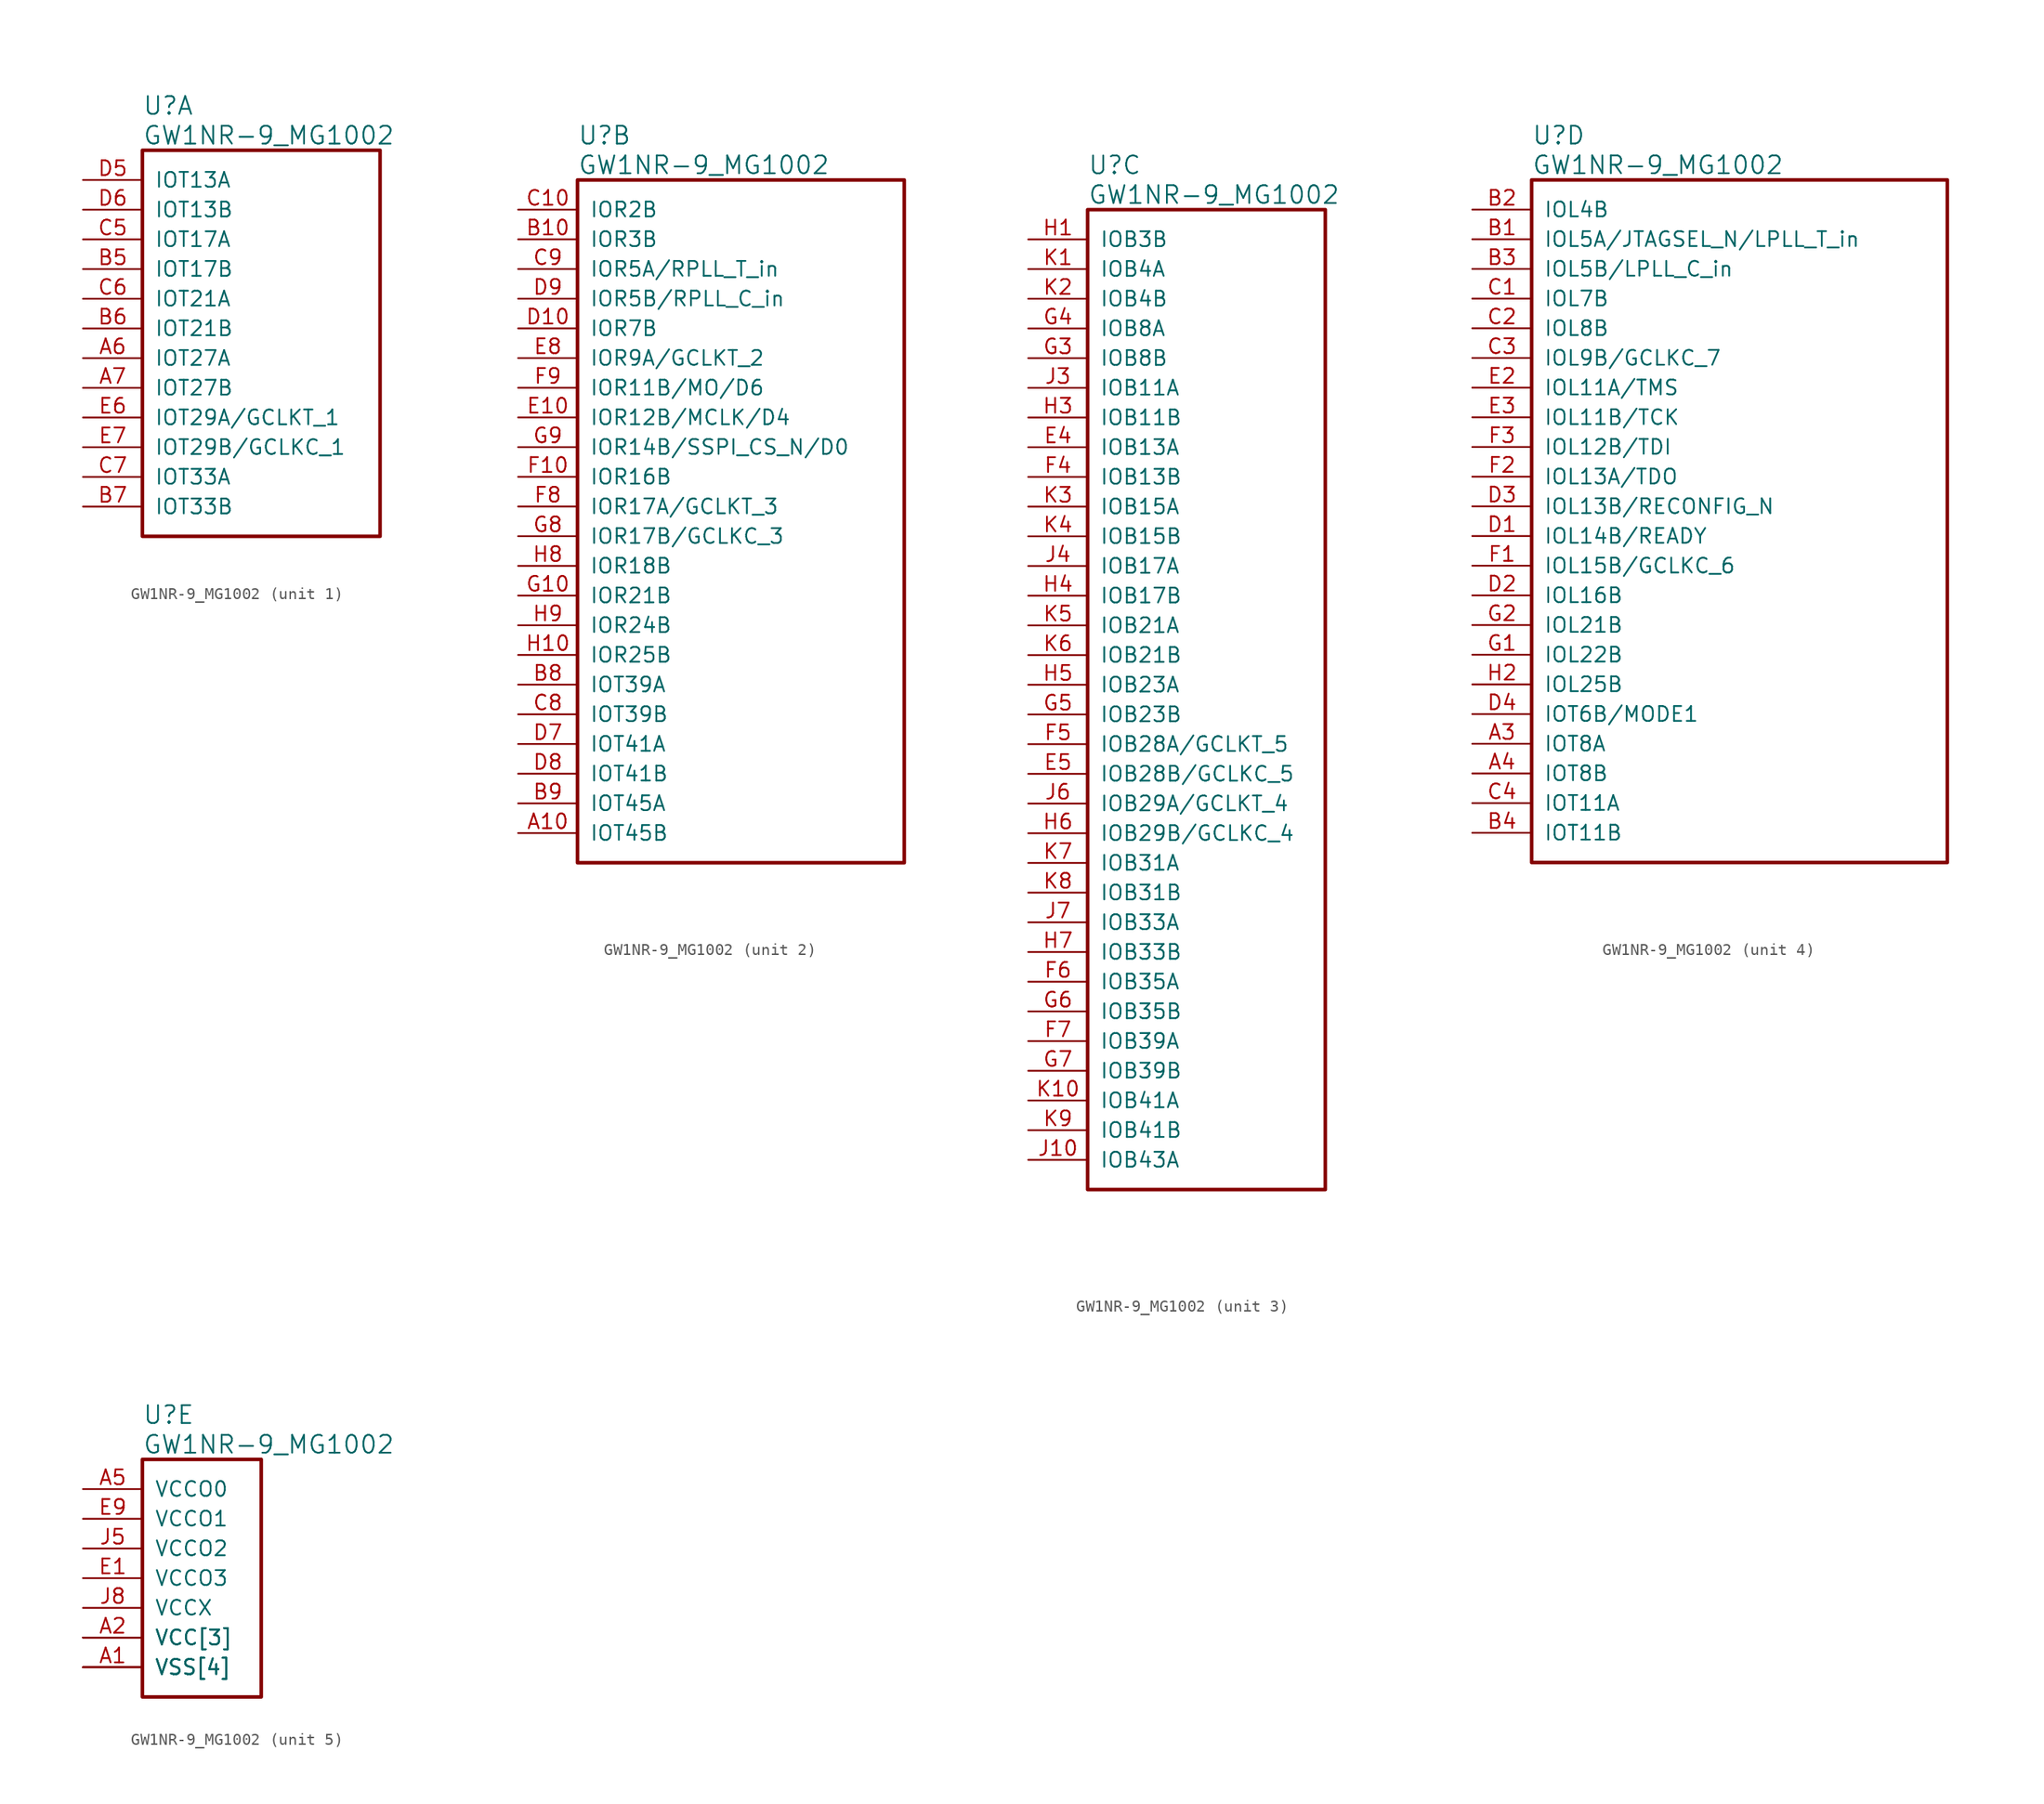
<source format=kicad_sym>
(kicad_symbol_lib
  (version 20220914)
  (generator kicad_symbol_editor)
  (symbol "GW1NR-9_MG1002"
    (pin_names
      (offset 1.016))
    (property "Reference" "U"
      (at 5.08 6.35 0)
      (effects (font (size 1.524 1.524)) (justify left)))
    (property "Value" "GW1NR-9_MG1002"
      (at 5.08 3.81 0)
      (effects (font (size 1.524 1.524)) (justify left)))
    (property "ki_locked" ""
      (at 0 0 0)
      (effects (font (size 1.27 1.27))))
    (symbol "GW1NR-9_MG1002_1_1"
      (rectangle (start 5.08 2.54) (end 25.4 -30.48) (stroke (width 0.305) (type solid)) (fill (type none)))
      (pin bidirectional line (at 0 -15.24 0) (length 5.08) (name "IOT27A" (effects (font (size 1.27 1.27)))) (number "A6" (effects (font (size 1.27 1.27)))))
      (pin bidirectional line (at 0 -17.78 0) (length 5.08) (name "IOT27B" (effects (font (size 1.27 1.27)))) (number "A7" (effects (font (size 1.27 1.27)))))
      (pin bidirectional line (at 0 -7.62 0) (length 5.08) (name "IOT17B" (effects (font (size 1.27 1.27)))) (number "B5" (effects (font (size 1.27 1.27)))))
      (pin bidirectional line (at 0 -12.7 0) (length 5.08) (name "IOT21B" (effects (font (size 1.27 1.27)))) (number "B6" (effects (font (size 1.27 1.27)))))
      (pin bidirectional line (at 0 -27.94 0) (length 5.08) (name "IOT33B" (effects (font (size 1.27 1.27)))) (number "B7" (effects (font (size 1.27 1.27)))))
      (pin bidirectional line (at 0 -5.08 0) (length 5.08) (name "IOT17A" (effects (font (size 1.27 1.27)))) (number "C5" (effects (font (size 1.27 1.27)))))
      (pin bidirectional line (at 0 -10.16 0) (length 5.08) (name "IOT21A" (effects (font (size 1.27 1.27)))) (number "C6" (effects (font (size 1.27 1.27)))))
      (pin bidirectional line (at 0 -25.4 0) (length 5.08) (name "IOT33A" (effects (font (size 1.27 1.27)))) (number "C7" (effects (font (size 1.27 1.27)))))
      (pin bidirectional line (at 0 0 0) (length 5.08) (name "IOT13A" (effects (font (size 1.27 1.27)))) (number "D5" (effects (font (size 1.27 1.27)))))
      (pin bidirectional line (at 0 -2.54 0) (length 5.08) (name "IOT13B" (effects (font (size 1.27 1.27)))) (number "D6" (effects (font (size 1.27 1.27)))))
      (pin bidirectional line (at 0 -20.32 0) (length 5.08) (name "IOT29A/GCLKT_1" (effects (font (size 1.27 1.27)))) (number "E6" (effects (font (size 1.27 1.27)))))
      (pin bidirectional line (at 0 -22.86 0) (length 5.08) (name "IOT29B/GCLKC_1" (effects (font (size 1.27 1.27)))) (number "E7" (effects (font (size 1.27 1.27))))))
    (symbol "GW1NR-9_MG1002_2_1"
      (rectangle (start 5.08 2.54) (end 33.02 -55.88) (stroke (width 0.305) (type solid)) (fill (type none)))
      (pin bidirectional line (at 0 -53.34 0) (length 5.08) (name "IOT45B" (effects (font (size 1.27 1.27)))) (number "A10" (effects (font (size 1.27 1.27)))))
      (pin bidirectional line (at 0 -2.54 0) (length 5.08) (name "IOR3B" (effects (font (size 1.27 1.27)))) (number "B10" (effects (font (size 1.27 1.27)))))
      (pin bidirectional line (at 0 -40.64 0) (length 5.08) (name "IOT39A" (effects (font (size 1.27 1.27)))) (number "B8" (effects (font (size 1.27 1.27)))))
      (pin bidirectional line (at 0 -50.8 0) (length 5.08) (name "IOT45A" (effects (font (size 1.27 1.27)))) (number "B9" (effects (font (size 1.27 1.27)))))
      (pin bidirectional line (at 0 0 0) (length 5.08) (name "IOR2B" (effects (font (size 1.27 1.27)))) (number "C10" (effects (font (size 1.27 1.27)))))
      (pin bidirectional line (at 0 -43.18 0) (length 5.08) (name "IOT39B" (effects (font (size 1.27 1.27)))) (number "C8" (effects (font (size 1.27 1.27)))))
      (pin bidirectional line (at 0 -5.08 0) (length 5.08) (name "IOR5A/RPLL_T_in" (effects (font (size 1.27 1.27)))) (number "C9" (effects (font (size 1.27 1.27)))))
      (pin bidirectional line (at 0 -10.16 0) (length 5.08) (name "IOR7B" (effects (font (size 1.27 1.27)))) (number "D10" (effects (font (size 1.27 1.27)))))
      (pin bidirectional line (at 0 -45.72 0) (length 5.08) (name "IOT41A" (effects (font (size 1.27 1.27)))) (number "D7" (effects (font (size 1.27 1.27)))))
      (pin bidirectional line (at 0 -48.26 0) (length 5.08) (name "IOT41B" (effects (font (size 1.27 1.27)))) (number "D8" (effects (font (size 1.27 1.27)))))
      (pin bidirectional line (at 0 -7.62 0) (length 5.08) (name "IOR5B/RPLL_C_in" (effects (font (size 1.27 1.27)))) (number "D9" (effects (font (size 1.27 1.27)))))
      (pin bidirectional line (at 0 -17.78 0) (length 5.08) (name "IOR12B/MCLK/D4" (effects (font (size 1.27 1.27)))) (number "E10" (effects (font (size 1.27 1.27)))))
      (pin bidirectional line (at 0 -12.7 0) (length 5.08) (name "IOR9A/GCLKT_2" (effects (font (size 1.27 1.27)))) (number "E8" (effects (font (size 1.27 1.27)))))
      (pin bidirectional line (at 0 -22.86 0) (length 5.08) (name "IOR16B" (effects (font (size 1.27 1.27)))) (number "F10" (effects (font (size 1.27 1.27)))))
      (pin bidirectional line (at 0 -25.4 0) (length 5.08) (name "IOR17A/GCLKT_3" (effects (font (size 1.27 1.27)))) (number "F8" (effects (font (size 1.27 1.27)))))
      (pin bidirectional line (at 0 -15.24 0) (length 5.08) (name "IOR11B/MO/D6" (effects (font (size 1.27 1.27)))) (number "F9" (effects (font (size 1.27 1.27)))))
      (pin bidirectional line (at 0 -33.02 0) (length 5.08) (name "IOR21B" (effects (font (size 1.27 1.27)))) (number "G10" (effects (font (size 1.27 1.27)))))
      (pin bidirectional line (at 0 -27.94 0) (length 5.08) (name "IOR17B/GCLKC_3" (effects (font (size 1.27 1.27)))) (number "G8" (effects (font (size 1.27 1.27)))))
      (pin bidirectional line (at 0 -20.32 0) (length 5.08) (name "IOR14B/SSPI_CS_N/D0" (effects (font (size 1.27 1.27)))) (number "G9" (effects (font (size 1.27 1.27)))))
      (pin bidirectional line (at 0 -38.1 0) (length 5.08) (name "IOR25B" (effects (font (size 1.27 1.27)))) (number "H10" (effects (font (size 1.27 1.27)))))
      (pin bidirectional line (at 0 -30.48 0) (length 5.08) (name "IOR18B" (effects (font (size 1.27 1.27)))) (number "H8" (effects (font (size 1.27 1.27)))))
      (pin bidirectional line (at 0 -35.56 0) (length 5.08) (name "IOR24B" (effects (font (size 1.27 1.27)))) (number "H9" (effects (font (size 1.27 1.27))))))
    (symbol "GW1NR-9_MG1002_3_1"
      (rectangle (start 5.08 2.54) (end 25.4 -81.28) (stroke (width 0.305) (type solid)) (fill (type none)))
      (pin bidirectional line (at 0 -17.78 0) (length 5.08) (name "IOB13A" (effects (font (size 1.27 1.27)))) (number "E4" (effects (font (size 1.27 1.27)))))
      (pin bidirectional line (at 0 -45.72 0) (length 5.08) (name "IOB28B/GCLKC_5" (effects (font (size 1.27 1.27)))) (number "E5" (effects (font (size 1.27 1.27)))))
      (pin bidirectional line (at 0 -20.32 0) (length 5.08) (name "IOB13B" (effects (font (size 1.27 1.27)))) (number "F4" (effects (font (size 1.27 1.27)))))
      (pin bidirectional line (at 0 -43.18 0) (length 5.08) (name "IOB28A/GCLKT_5" (effects (font (size 1.27 1.27)))) (number "F5" (effects (font (size 1.27 1.27)))))
      (pin bidirectional line (at 0 -63.5 0) (length 5.08) (name "IOB35A" (effects (font (size 1.27 1.27)))) (number "F6" (effects (font (size 1.27 1.27)))))
      (pin bidirectional line (at 0 -68.58 0) (length 5.08) (name "IOB39A" (effects (font (size 1.27 1.27)))) (number "F7" (effects (font (size 1.27 1.27)))))
      (pin bidirectional line (at 0 -10.16 0) (length 5.08) (name "IOB8B" (effects (font (size 1.27 1.27)))) (number "G3" (effects (font (size 1.27 1.27)))))
      (pin bidirectional line (at 0 -7.62 0) (length 5.08) (name "IOB8A" (effects (font (size 1.27 1.27)))) (number "G4" (effects (font (size 1.27 1.27)))))
      (pin bidirectional line (at 0 -40.64 0) (length 5.08) (name "IOB23B" (effects (font (size 1.27 1.27)))) (number "G5" (effects (font (size 1.27 1.27)))))
      (pin bidirectional line (at 0 -66.04 0) (length 5.08) (name "IOB35B" (effects (font (size 1.27 1.27)))) (number "G6" (effects (font (size 1.27 1.27)))))
      (pin bidirectional line (at 0 -71.12 0) (length 5.08) (name "IOB39B" (effects (font (size 1.27 1.27)))) (number "G7" (effects (font (size 1.27 1.27)))))
      (pin bidirectional line (at 0 0 0) (length 5.08) (name "IOB3B" (effects (font (size 1.27 1.27)))) (number "H1" (effects (font (size 1.27 1.27)))))
      (pin bidirectional line (at 0 -15.24 0) (length 5.08) (name "IOB11B" (effects (font (size 1.27 1.27)))) (number "H3" (effects (font (size 1.27 1.27)))))
      (pin bidirectional line (at 0 -30.48 0) (length 5.08) (name "IOB17B" (effects (font (size 1.27 1.27)))) (number "H4" (effects (font (size 1.27 1.27)))))
      (pin bidirectional line (at 0 -38.1 0) (length 5.08) (name "IOB23A" (effects (font (size 1.27 1.27)))) (number "H5" (effects (font (size 1.27 1.27)))))
      (pin bidirectional line (at 0 -50.8 0) (length 5.08) (name "IOB29B/GCLKC_4" (effects (font (size 1.27 1.27)))) (number "H6" (effects (font (size 1.27 1.27)))))
      (pin bidirectional line (at 0 -60.96 0) (length 5.08) (name "IOB33B" (effects (font (size 1.27 1.27)))) (number "H7" (effects (font (size 1.27 1.27)))))
      (pin bidirectional line (at 0 -78.74 0) (length 5.08) (name "IOB43A" (effects (font (size 1.27 1.27)))) (number "J10" (effects (font (size 1.27 1.27)))))
      (pin bidirectional line (at 0 -12.7 0) (length 5.08) (name "IOB11A" (effects (font (size 1.27 1.27)))) (number "J3" (effects (font (size 1.27 1.27)))))
      (pin bidirectional line (at 0 -27.94 0) (length 5.08) (name "IOB17A" (effects (font (size 1.27 1.27)))) (number "J4" (effects (font (size 1.27 1.27)))))
      (pin bidirectional line (at 0 -48.26 0) (length 5.08) (name "IOB29A/GCLKT_4" (effects (font (size 1.27 1.27)))) (number "J6" (effects (font (size 1.27 1.27)))))
      (pin bidirectional line (at 0 -58.42 0) (length 5.08) (name "IOB33A" (effects (font (size 1.27 1.27)))) (number "J7" (effects (font (size 1.27 1.27)))))
      (pin bidirectional line (at 0 -2.54 0) (length 5.08) (name "IOB4A" (effects (font (size 1.27 1.27)))) (number "K1" (effects (font (size 1.27 1.27)))))
      (pin bidirectional line (at 0 -73.66 0) (length 5.08) (name "IOB41A" (effects (font (size 1.27 1.27)))) (number "K10" (effects (font (size 1.27 1.27)))))
      (pin bidirectional line (at 0 -5.08 0) (length 5.08) (name "IOB4B" (effects (font (size 1.27 1.27)))) (number "K2" (effects (font (size 1.27 1.27)))))
      (pin bidirectional line (at 0 -22.86 0) (length 5.08) (name "IOB15A" (effects (font (size 1.27 1.27)))) (number "K3" (effects (font (size 1.27 1.27)))))
      (pin bidirectional line (at 0 -25.4 0) (length 5.08) (name "IOB15B" (effects (font (size 1.27 1.27)))) (number "K4" (effects (font (size 1.27 1.27)))))
      (pin bidirectional line (at 0 -33.02 0) (length 5.08) (name "IOB21A" (effects (font (size 1.27 1.27)))) (number "K5" (effects (font (size 1.27 1.27)))))
      (pin bidirectional line (at 0 -35.56 0) (length 5.08) (name "IOB21B" (effects (font (size 1.27 1.27)))) (number "K6" (effects (font (size 1.27 1.27)))))
      (pin bidirectional line (at 0 -53.34 0) (length 5.08) (name "IOB31A" (effects (font (size 1.27 1.27)))) (number "K7" (effects (font (size 1.27 1.27)))))
      (pin bidirectional line (at 0 -55.88 0) (length 5.08) (name "IOB31B" (effects (font (size 1.27 1.27)))) (number "K8" (effects (font (size 1.27 1.27)))))
      (pin bidirectional line (at 0 -76.2 0) (length 5.08) (name "IOB41B" (effects (font (size 1.27 1.27)))) (number "K9" (effects (font (size 1.27 1.27))))))
    (symbol "GW1NR-9_MG1002_4_1"
      (rectangle (start 5.08 2.54) (end 40.64 -55.88) (stroke (width 0.305) (type solid)) (fill (type none)))
      (pin bidirectional line (at 0 -45.72 0) (length 5.08) (name "IOT8A" (effects (font (size 1.27 1.27)))) (number "A3" (effects (font (size 1.27 1.27)))))
      (pin bidirectional line (at 0 -48.26 0) (length 5.08) (name "IOT8B" (effects (font (size 1.27 1.27)))) (number "A4" (effects (font (size 1.27 1.27)))))
      (pin bidirectional line (at 0 -2.54 0) (length 5.08) (name "IOL5A/JTAGSEL_N/LPLL_T_in" (effects (font (size 1.27 1.27)))) (number "B1" (effects (font (size 1.27 1.27)))))
      (pin bidirectional line (at 0 0 0) (length 5.08) (name "IOL4B" (effects (font (size 1.27 1.27)))) (number "B2" (effects (font (size 1.27 1.27)))))
      (pin bidirectional line (at 0 -5.08 0) (length 5.08) (name "IOL5B/LPLL_C_in" (effects (font (size 1.27 1.27)))) (number "B3" (effects (font (size 1.27 1.27)))))
      (pin bidirectional line (at 0 -53.34 0) (length 5.08) (name "IOT11B" (effects (font (size 1.27 1.27)))) (number "B4" (effects (font (size 1.27 1.27)))))
      (pin bidirectional line (at 0 -7.62 0) (length 5.08) (name "IOL7B" (effects (font (size 1.27 1.27)))) (number "C1" (effects (font (size 1.27 1.27)))))
      (pin bidirectional line (at 0 -10.16 0) (length 5.08) (name "IOL8B" (effects (font (size 1.27 1.27)))) (number "C2" (effects (font (size 1.27 1.27)))))
      (pin bidirectional line (at 0 -12.7 0) (length 5.08) (name "IOL9B/GCLKC_7" (effects (font (size 1.27 1.27)))) (number "C3" (effects (font (size 1.27 1.27)))))
      (pin bidirectional line (at 0 -50.8 0) (length 5.08) (name "IOT11A" (effects (font (size 1.27 1.27)))) (number "C4" (effects (font (size 1.27 1.27)))))
      (pin bidirectional line (at 0 -27.94 0) (length 5.08) (name "IOL14B/READY" (effects (font (size 1.27 1.27)))) (number "D1" (effects (font (size 1.27 1.27)))))
      (pin bidirectional line (at 0 -33.02 0) (length 5.08) (name "IOL16B" (effects (font (size 1.27 1.27)))) (number "D2" (effects (font (size 1.27 1.27)))))
      (pin bidirectional line (at 0 -25.4 0) (length 5.08) (name "IOL13B/RECONFIG_N" (effects (font (size 1.27 1.27)))) (number "D3" (effects (font (size 1.27 1.27)))))
      (pin bidirectional line (at 0 -43.18 0) (length 5.08) (name "IOT6B/MODE1" (effects (font (size 1.27 1.27)))) (number "D4" (effects (font (size 1.27 1.27)))))
      (pin bidirectional line (at 0 -15.24 0) (length 5.08) (name "IOL11A/TMS" (effects (font (size 1.27 1.27)))) (number "E2" (effects (font (size 1.27 1.27)))))
      (pin bidirectional line (at 0 -17.78 0) (length 5.08) (name "IOL11B/TCK" (effects (font (size 1.27 1.27)))) (number "E3" (effects (font (size 1.27 1.27)))))
      (pin bidirectional line (at 0 -30.48 0) (length 5.08) (name "IOL15B/GCLKC_6" (effects (font (size 1.27 1.27)))) (number "F1" (effects (font (size 1.27 1.27)))))
      (pin bidirectional line (at 0 -22.86 0) (length 5.08) (name "IOL13A/TDO" (effects (font (size 1.27 1.27)))) (number "F2" (effects (font (size 1.27 1.27)))))
      (pin bidirectional line (at 0 -20.32 0) (length 5.08) (name "IOL12B/TDI" (effects (font (size 1.27 1.27)))) (number "F3" (effects (font (size 1.27 1.27)))))
      (pin bidirectional line (at 0 -38.1 0) (length 5.08) (name "IOL22B" (effects (font (size 1.27 1.27)))) (number "G1" (effects (font (size 1.27 1.27)))))
      (pin bidirectional line (at 0 -35.56 0) (length 5.08) (name "IOL21B" (effects (font (size 1.27 1.27)))) (number "G2" (effects (font (size 1.27 1.27)))))
      (pin bidirectional line (at 0 -40.64 0) (length 5.08) (name "IOL25B" (effects (font (size 1.27 1.27)))) (number "H2" (effects (font (size 1.27 1.27))))))
    (symbol "GW1NR-9_MG1002_5_1"
      (rectangle (start 5.08 2.54) (end 15.24 -17.78) (stroke (width 0.305) (type solid)) (fill (type none)))
      (pin power_in line (at 0 -15.24 0) (length 5.08) (name "VSS[4]" (effects (font (size 1.27 1.27)))) (number "A1" (effects (font (size 1.27 1.27)))))
      (pin power_in line (at 0 -12.7 0) (length 5.08) (name "VCC[3]" (effects (font (size 1.27 1.27)))) (number "A2" (effects (font (size 1.27 1.27)))))
      (pin power_in line (at 0 0 0) (length 5.08) (name "VCCO0" (effects (font (size 1.27 1.27)))) (number "A5" (effects (font (size 1.27 1.27)))))
      (pin power_in line (at 0 -12.7 0) (length 5.08) (name "VCC[3]" (effects (font (size 1.27 1.27)))) (number "A8" (effects (font (size 0 0)))))
      (pin power_in line (at 0 -15.24 0) (length 5.08) (name "VSS[4]" (effects (font (size 1.27 1.27)))) (number "A9" (effects (font (size 0 0)))))
      (pin power_in line (at 0 -7.62 0) (length 5.08) (name "VCCO3" (effects (font (size 1.27 1.27)))) (number "E1" (effects (font (size 1.27 1.27)))))
      (pin power_in line (at 0 -2.54 0) (length 5.08) (name "VCCO1" (effects (font (size 1.27 1.27)))) (number "E9" (effects (font (size 1.27 1.27)))))
      (pin power_in line (at 0 -15.24 0) (length 5.08) (name "VSS[4]" (effects (font (size 1.27 1.27)))) (number "J1" (effects (font (size 0 0)))))
      (pin power_in line (at 0 -12.7 0) (length 5.08) (name "VCC[3]" (effects (font (size 1.27 1.27)))) (number "J2" (effects (font (size 0 0)))))
      (pin power_in line (at 0 -5.08 0) (length 5.08) (name "VCCO2" (effects (font (size 1.27 1.27)))) (number "J5" (effects (font (size 1.27 1.27)))))
      (pin power_in line (at 0 -10.16 0) (length 5.08) (name "VCCX" (effects (font (size 1.27 1.27)))) (number "J8" (effects (font (size 1.27 1.27)))))
      (pin power_in line (at 0 -15.24 0) (length 5.08) (name "VSS[4]" (effects (font (size 1.27 1.27)))) (number "J9" (effects (font (size 0 0))))))))
</source>
